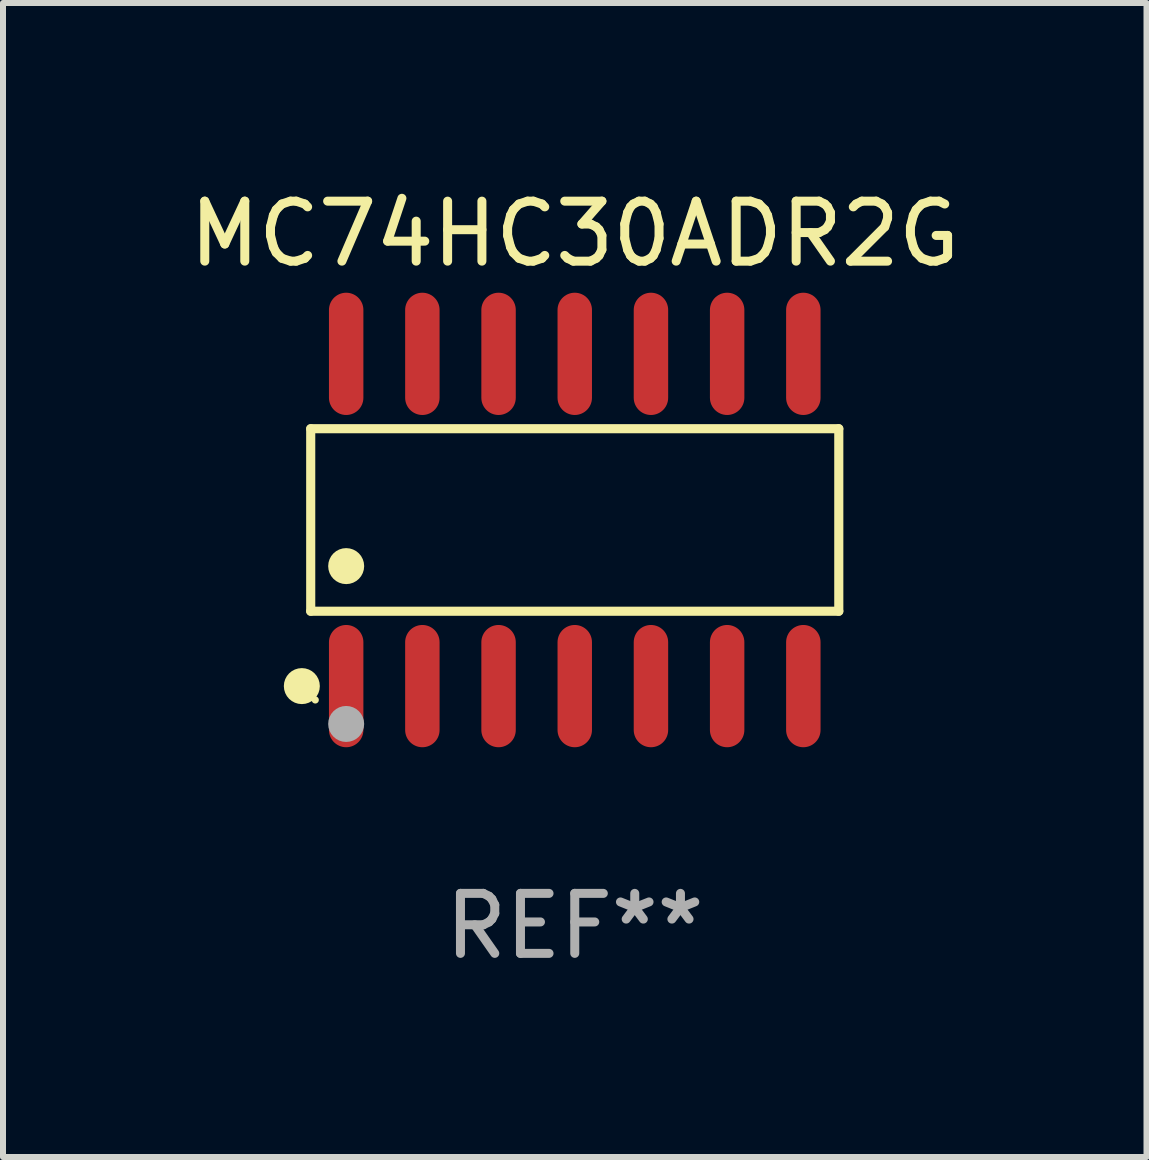
<source format=kicad_pcb>
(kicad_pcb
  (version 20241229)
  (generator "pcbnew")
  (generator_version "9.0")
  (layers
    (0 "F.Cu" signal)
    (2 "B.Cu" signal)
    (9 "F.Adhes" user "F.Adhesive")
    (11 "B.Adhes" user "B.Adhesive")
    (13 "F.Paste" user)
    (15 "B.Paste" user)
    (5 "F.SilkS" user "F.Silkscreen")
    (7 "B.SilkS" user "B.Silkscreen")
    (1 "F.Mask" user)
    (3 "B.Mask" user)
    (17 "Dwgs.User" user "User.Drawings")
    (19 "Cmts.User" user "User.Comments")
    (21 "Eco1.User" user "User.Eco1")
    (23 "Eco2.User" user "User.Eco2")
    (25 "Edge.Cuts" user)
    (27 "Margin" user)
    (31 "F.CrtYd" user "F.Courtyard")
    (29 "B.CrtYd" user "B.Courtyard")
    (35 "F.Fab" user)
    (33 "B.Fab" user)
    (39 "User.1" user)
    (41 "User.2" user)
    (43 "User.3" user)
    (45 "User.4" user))
  (footprint "MC74HC30ADR2G"
    (layer "F.Cu")
    (at 6.53 5.617)
    (property "Reference" "MC74HC30ADR2G" (at 0 -4.769 0) (layer "F.SilkS") (effects (font (size 1 1) (thickness 0.15))))
    (attr through_hole)
    (fp_line (start -4.401 -1.521) (end 4.401 -1.521) (stroke (width 0.152) (type solid)) (layer "F.SilkS"))
    (fp_line (start -4.401 1.521) (end -4.401 -1.521) (stroke (width 0.152) (type solid)) (layer "F.SilkS"))
    (fp_line (start 4.401 -1.521) (end 4.401 1.521) (stroke (width 0.152) (type solid)) (layer "F.SilkS"))
    (fp_line (start 4.401 1.521) (end -4.401 1.521) (stroke (width 0.152) (type solid)) (layer "F.SilkS"))
    (fp_circle (center -4.549 2.769) (end -4.399 2.769) (stroke (width 0.3) (type solid)) (fill no) (layer "F.SilkS"))
    (fp_circle (center -4.325 3) (end -4.295 3) (stroke (width 0.06) (type solid)) (fill no) (layer "F.SilkS"))
    (fp_circle (center -3.81 0.769) (end -3.66 0.769) (stroke (width 0.3) (type solid)) (fill no) (layer "F.SilkS"))
    (fp_circle (center -3.81 3.4) (end -3.66 3.4) (stroke (width 0.3) (type solid)) (fill no) (layer "F.Fab"))
    (fp_text user "REF**" (at 0 6.769 0) (layer "F.Fab") (effects (font (size 1 1) (thickness 0.15))))
    (pad "1" smd oval (at -3.81 2.769) (size 0.574 2.038) (layers "F.Cu" "F.Mask" "F.Paste"))
    (pad "2" smd oval (at -2.54 2.769) (size 0.574 2.038) (layers "F.Cu" "F.Mask" "F.Paste"))
    (pad "3" smd oval (at -1.27 2.769) (size 0.574 2.038) (layers "F.Cu" "F.Mask" "F.Paste"))
    (pad "4" smd oval (at 0 2.769) (size 0.574 2.038) (layers "F.Cu" "F.Mask" "F.Paste"))
    (pad "5" smd oval (at 1.27 2.769) (size 0.574 2.038) (layers "F.Cu" "F.Mask" "F.Paste"))
    (pad "6" smd oval (at 2.54 2.769) (size 0.574 2.038) (layers "F.Cu" "F.Mask" "F.Paste"))
    (pad "7" smd oval (at 3.81 2.769) (size 0.574 2.038) (layers "F.Cu" "F.Mask" "F.Paste"))
    (pad "8" smd oval (at 3.81 -2.769) (size 0.574 2.038) (layers "F.Cu" "F.Mask" "F.Paste"))
    (pad "9" smd oval (at 2.54 -2.769) (size 0.574 2.038) (layers "F.Cu" "F.Mask" "F.Paste"))
    (pad "10" smd oval (at 1.27 -2.769) (size 0.574 2.038) (layers "F.Cu" "F.Mask" "F.Paste"))
    (pad "11" smd oval (at 0 -2.769) (size 0.574 2.038) (layers "F.Cu" "F.Mask" "F.Paste"))
    (pad "12" smd oval (at -1.27 -2.769) (size 0.574 2.038) (layers "F.Cu" "F.Mask" "F.Paste"))
    (pad "13" smd oval (at -2.54 -2.769) (size 0.574 2.038) (layers "F.Cu" "F.Mask" "F.Paste"))
    (pad "14" smd oval (at -3.81 -2.769) (size 0.574 2.038) (layers "F.Cu" "F.Mask" "F.Paste")))
  (gr_rect
    (start -3 -3)
    (end 16.06 16.235)
    (stroke (width 0.1) (type default))
    (fill no)
    (layer "Edge.Cuts")))
</source>
